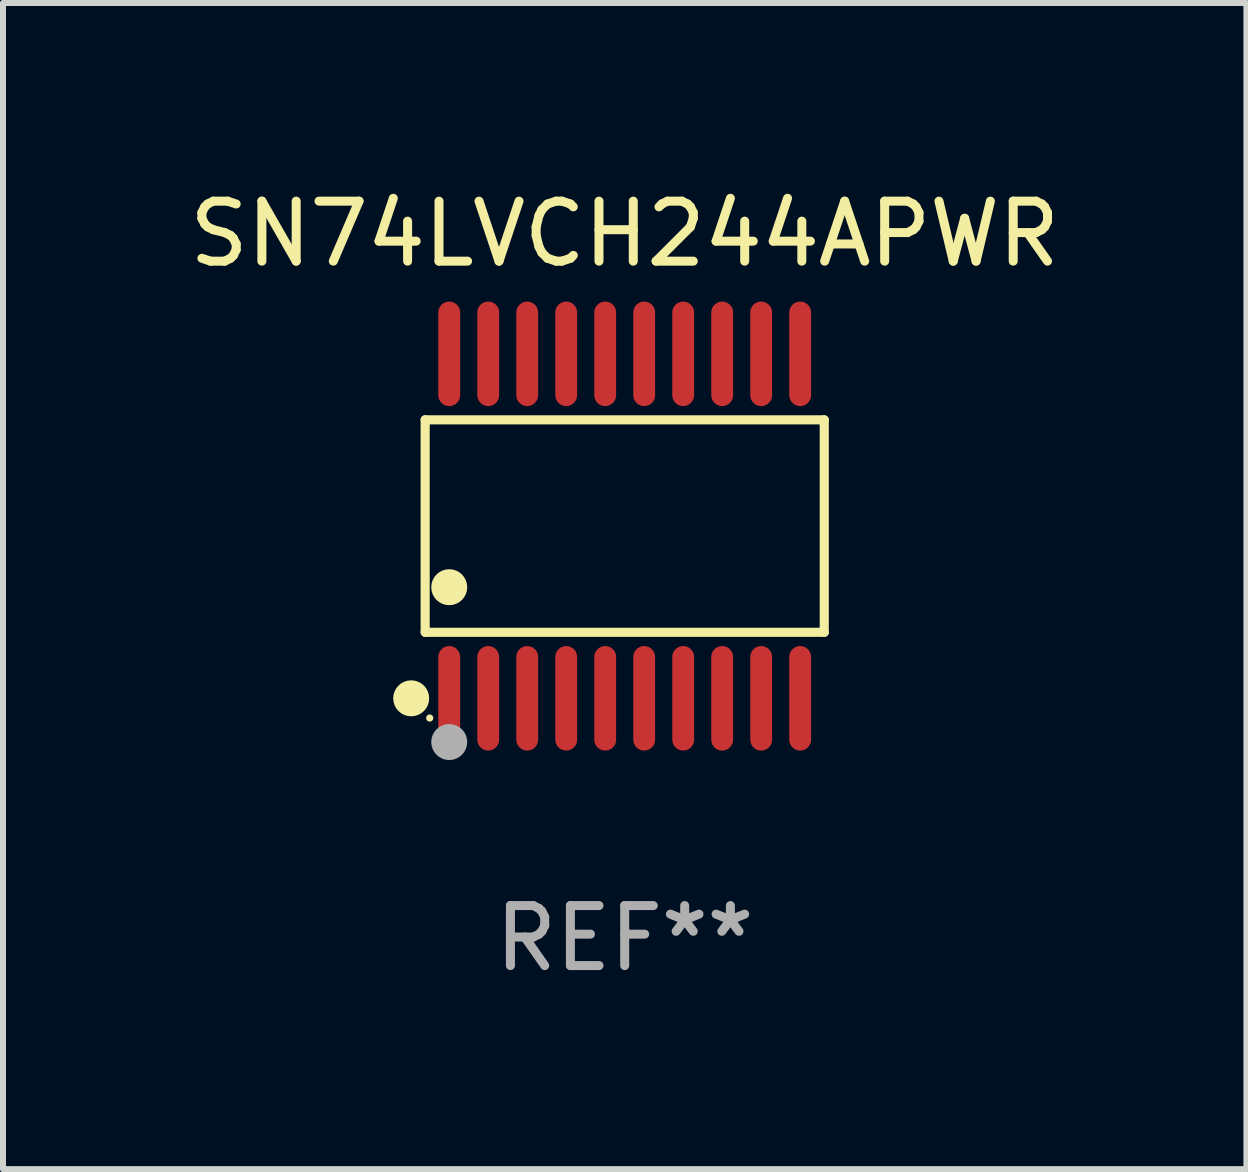
<source format=kicad_pcb>
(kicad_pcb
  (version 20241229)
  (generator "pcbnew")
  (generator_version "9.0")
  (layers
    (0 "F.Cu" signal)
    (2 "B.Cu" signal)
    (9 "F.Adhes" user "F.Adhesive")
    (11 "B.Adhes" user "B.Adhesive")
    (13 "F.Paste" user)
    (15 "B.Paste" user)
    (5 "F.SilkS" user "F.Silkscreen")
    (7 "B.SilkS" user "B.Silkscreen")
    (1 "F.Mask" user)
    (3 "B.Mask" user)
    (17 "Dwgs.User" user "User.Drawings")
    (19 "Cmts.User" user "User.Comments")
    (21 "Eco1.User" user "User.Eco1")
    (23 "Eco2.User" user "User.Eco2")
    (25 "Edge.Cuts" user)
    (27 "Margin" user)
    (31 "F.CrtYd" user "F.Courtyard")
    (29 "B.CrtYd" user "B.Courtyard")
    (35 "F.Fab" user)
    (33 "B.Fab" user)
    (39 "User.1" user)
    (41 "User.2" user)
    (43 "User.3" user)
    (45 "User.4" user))
  (footprint "SN74LVCH244APWR"
    (layer "F.Cu")
    (at 7.363 5.719)
    (property "Reference" "SN74LVCH244APWR" (at 0 -4.871 0) (layer "F.SilkS") (effects (font (size 1 1) (thickness 0.15))))
    (attr through_hole)
    (fp_line (start -3.326 -1.771) (end 3.326 -1.771) (stroke (width 0.152) (type solid)) (layer "F.SilkS"))
    (fp_line (start -3.326 1.771) (end -3.326 -1.771) (stroke (width 0.152) (type solid)) (layer "F.SilkS"))
    (fp_line (start 3.326 -1.771) (end 3.326 1.771) (stroke (width 0.152) (type solid)) (layer "F.SilkS"))
    (fp_line (start 3.326 1.771) (end -3.326 1.771) (stroke (width 0.152) (type solid)) (layer "F.SilkS"))
    (fp_circle (center -3.559 2.871) (end -3.409 2.871) (stroke (width 0.3) (type solid)) (fill no) (layer "F.SilkS"))
    (fp_circle (center -3.25 3.2) (end -3.22 3.2) (stroke (width 0.06) (type solid)) (fill no) (layer "F.SilkS"))
    (fp_circle (center -2.925 1.019) (end -2.775 1.019) (stroke (width 0.3) (type solid)) (fill no) (layer "F.SilkS"))
    (fp_circle (center -2.925 3.6) (end -2.775 3.6) (stroke (width 0.3) (type solid)) (fill no) (layer "F.Fab"))
    (fp_text user "REF**" (at 0 6.871 0) (layer "F.Fab") (effects (font (size 1 1) (thickness 0.15))))
    (pad "1" smd oval (at -2.925 2.871) (size 0.364 1.742) (layers "F.Cu" "F.Mask" "F.Paste"))
    (pad "2" smd oval (at -2.275 2.871) (size 0.364 1.742) (layers "F.Cu" "F.Mask" "F.Paste"))
    (pad "3" smd oval (at -1.625 2.871) (size 0.364 1.742) (layers "F.Cu" "F.Mask" "F.Paste"))
    (pad "4" smd oval (at -0.975 2.871) (size 0.364 1.742) (layers "F.Cu" "F.Mask" "F.Paste"))
    (pad "5" smd oval (at -0.325 2.871) (size 0.364 1.742) (layers "F.Cu" "F.Mask" "F.Paste"))
    (pad "6" smd oval (at 0.325 2.871) (size 0.364 1.742) (layers "F.Cu" "F.Mask" "F.Paste"))
    (pad "7" smd oval (at 0.975 2.871) (size 0.364 1.742) (layers "F.Cu" "F.Mask" "F.Paste"))
    (pad "8" smd oval (at 1.625 2.871) (size 0.364 1.742) (layers "F.Cu" "F.Mask" "F.Paste"))
    (pad "9" smd oval (at 2.275 2.871) (size 0.364 1.742) (layers "F.Cu" "F.Mask" "F.Paste"))
    (pad "10" smd oval (at 2.925 2.871) (size 0.364 1.742) (layers "F.Cu" "F.Mask" "F.Paste"))
    (pad "11" smd oval (at 2.925 -2.871) (size 0.364 1.742) (layers "F.Cu" "F.Mask" "F.Paste"))
    (pad "12" smd oval (at 2.275 -2.871) (size 0.364 1.742) (layers "F.Cu" "F.Mask" "F.Paste"))
    (pad "13" smd oval (at 1.625 -2.871) (size 0.364 1.742) (layers "F.Cu" "F.Mask" "F.Paste"))
    (pad "14" smd oval (at 0.975 -2.871) (size 0.364 1.742) (layers "F.Cu" "F.Mask" "F.Paste"))
    (pad "15" smd oval (at 0.325 -2.871) (size 0.364 1.742) (layers "F.Cu" "F.Mask" "F.Paste"))
    (pad "16" smd oval (at -0.325 -2.871) (size 0.364 1.742) (layers "F.Cu" "F.Mask" "F.Paste"))
    (pad "17" smd oval (at -0.975 -2.871) (size 0.364 1.742) (layers "F.Cu" "F.Mask" "F.Paste"))
    (pad "18" smd oval (at -1.625 -2.871) (size 0.364 1.742) (layers "F.Cu" "F.Mask" "F.Paste"))
    (pad "19" smd oval (at -2.275 -2.871) (size 0.364 1.742) (layers "F.Cu" "F.Mask" "F.Paste"))
    (pad "20" smd oval (at -2.925 -2.871) (size 0.364 1.742) (layers "F.Cu" "F.Mask" "F.Paste")))
  (gr_rect
    (start -3 -3)
    (end 17.726 16.438)
    (stroke (width 0.1) (type default))
    (fill no)
    (layer "Edge.Cuts")))
</source>
